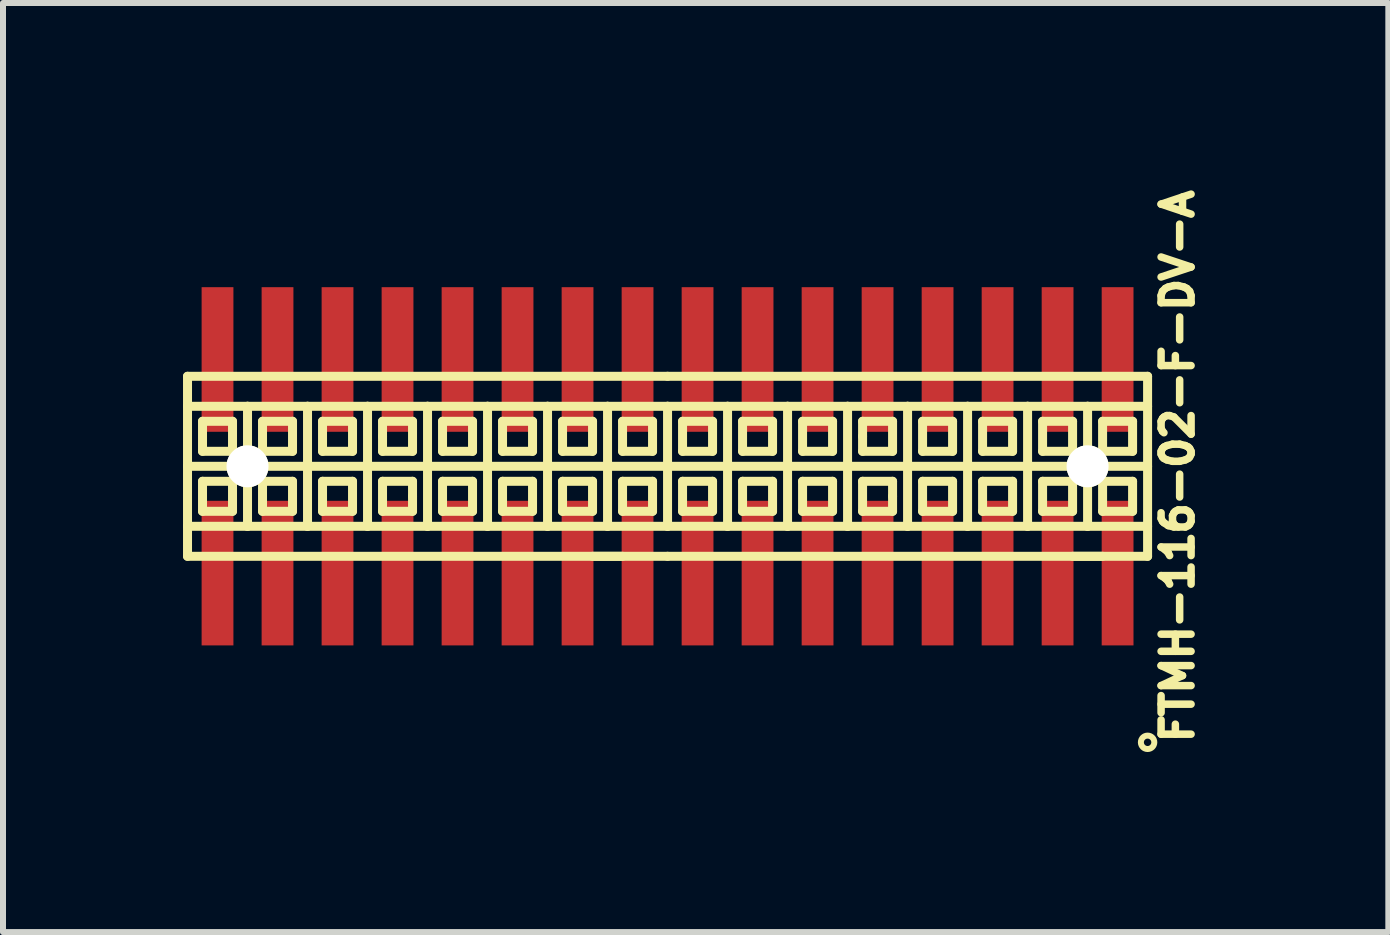
<source format=kicad_pcb>
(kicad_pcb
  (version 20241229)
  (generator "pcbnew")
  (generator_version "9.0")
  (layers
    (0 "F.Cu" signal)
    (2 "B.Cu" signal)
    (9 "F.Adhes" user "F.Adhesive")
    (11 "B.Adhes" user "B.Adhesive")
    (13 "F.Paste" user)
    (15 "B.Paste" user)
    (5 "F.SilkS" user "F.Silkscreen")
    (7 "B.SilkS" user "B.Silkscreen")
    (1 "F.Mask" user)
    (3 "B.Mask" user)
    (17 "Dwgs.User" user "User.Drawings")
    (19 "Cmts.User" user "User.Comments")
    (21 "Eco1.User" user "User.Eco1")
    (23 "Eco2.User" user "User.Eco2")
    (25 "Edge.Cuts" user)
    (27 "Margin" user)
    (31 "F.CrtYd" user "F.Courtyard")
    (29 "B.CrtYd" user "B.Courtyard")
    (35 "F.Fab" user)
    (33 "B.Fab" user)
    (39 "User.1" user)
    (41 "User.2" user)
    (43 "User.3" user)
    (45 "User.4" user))
  (footprint "FTMH-116-02-F-DV-A"
    (layer "F.Cu")
    (at 8.075 4.721)
    (property "Reference" "FTMH-116-02-F-DV-A" (at 8.5 0 90) (layer "F.SilkS") (effects (font (size 0.5 0.5) (thickness 0.125))))
    (attr through_hole)
    (fp_line (start -8 -1.5) (end -8 1.5) (stroke (width 0.15) (type solid)) (layer "F.SilkS"))
    (fp_line (start -8 1.5) (end 0 1.5) (stroke (width 0.15) (type solid)) (layer "F.SilkS"))
    (fp_line (start -7.75 -0.75) (end -7.75 -0.25) (stroke (width 0.15) (type solid)) (layer "F.SilkS"))
    (fp_line (start -7.75 -0.25) (end -7.25 -0.25) (stroke (width 0.15) (type solid)) (layer "F.SilkS"))
    (fp_line (start -7.75 0.25) (end -7.75 0.75) (stroke (width 0.15) (type solid)) (layer "F.SilkS"))
    (fp_line (start -7.75 0.75) (end -7.25 0.75) (stroke (width 0.15) (type solid)) (layer "F.SilkS"))
    (fp_line (start -7.25 -0.75) (end -7.75 -0.75) (stroke (width 0.15) (type solid)) (layer "F.SilkS"))
    (fp_line (start -7.25 -0.25) (end -7.25 -0.75) (stroke (width 0.15) (type solid)) (layer "F.SilkS"))
    (fp_line (start -7.25 0.25) (end -7.75 0.25) (stroke (width 0.15) (type solid)) (layer "F.SilkS"))
    (fp_line (start -7.25 0.75) (end -7.25 0.25) (stroke (width 0.15) (type solid)) (layer "F.SilkS"))
    (fp_line (start -7 -1) (end -8 -1) (stroke (width 0.15) (type solid)) (layer "F.SilkS"))
    (fp_line (start -7 -1) (end -7 0) (stroke (width 0.15) (type solid)) (layer "F.SilkS"))
    (fp_line (start -7 0) (end -8 0) (stroke (width 0.15) (type solid)) (layer "F.SilkS"))
    (fp_line (start -7 0) (end -7 1) (stroke (width 0.15) (type solid)) (layer "F.SilkS"))
    (fp_line (start -7 0) (end -6 0) (stroke (width 0.15) (type solid)) (layer "F.SilkS"))
    (fp_line (start -7 1) (end -8 1) (stroke (width 0.15) (type solid)) (layer "F.SilkS"))
    (fp_line (start -7 1) (end -6 1) (stroke (width 0.15) (type solid)) (layer "F.SilkS"))
    (fp_line (start -6.75 -0.75) (end -6.75 -0.25) (stroke (width 0.15) (type solid)) (layer "F.SilkS"))
    (fp_line (start -6.75 -0.25) (end -6.25 -0.25) (stroke (width 0.15) (type solid)) (layer "F.SilkS"))
    (fp_line (start -6.75 0.25) (end -6.75 0.75) (stroke (width 0.15) (type solid)) (layer "F.SilkS"))
    (fp_line (start -6.75 0.75) (end -6.25 0.75) (stroke (width 0.15) (type solid)) (layer "F.SilkS"))
    (fp_line (start -6.25 -0.75) (end -6.75 -0.75) (stroke (width 0.15) (type solid)) (layer "F.SilkS"))
    (fp_line (start -6.25 -0.25) (end -6.25 -0.75) (stroke (width 0.15) (type solid)) (layer "F.SilkS"))
    (fp_line (start -6.25 0.25) (end -6.75 0.25) (stroke (width 0.15) (type solid)) (layer "F.SilkS"))
    (fp_line (start -6.25 0.75) (end -6.25 0.25) (stroke (width 0.15) (type solid)) (layer "F.SilkS"))
    (fp_line (start -6 -1) (end -7 -1) (stroke (width 0.15) (type solid)) (layer "F.SilkS"))
    (fp_line (start -6 -1) (end -6 0) (stroke (width 0.15) (type solid)) (layer "F.SilkS"))
    (fp_line (start -6 0) (end -6 1) (stroke (width 0.15) (type solid)) (layer "F.SilkS"))
    (fp_line (start -6 0) (end -5 0) (stroke (width 0.15) (type solid)) (layer "F.SilkS"))
    (fp_line (start -6 1) (end -5 1) (stroke (width 0.15) (type solid)) (layer "F.SilkS"))
    (fp_line (start -5.75 -0.75) (end -5.75 -0.25) (stroke (width 0.15) (type solid)) (layer "F.SilkS"))
    (fp_line (start -5.75 -0.25) (end -5.25 -0.25) (stroke (width 0.15) (type solid)) (layer "F.SilkS"))
    (fp_line (start -5.75 0.25) (end -5.75 0.75) (stroke (width 0.15) (type solid)) (layer "F.SilkS"))
    (fp_line (start -5.75 0.75) (end -5.25 0.75) (stroke (width 0.15) (type solid)) (layer "F.SilkS"))
    (fp_line (start -5.25 -0.75) (end -5.75 -0.75) (stroke (width 0.15) (type solid)) (layer "F.SilkS"))
    (fp_line (start -5.25 -0.25) (end -5.25 -0.75) (stroke (width 0.15) (type solid)) (layer "F.SilkS"))
    (fp_line (start -5.25 0.25) (end -5.75 0.25) (stroke (width 0.15) (type solid)) (layer "F.SilkS"))
    (fp_line (start -5.25 0.75) (end -5.25 0.25) (stroke (width 0.15) (type solid)) (layer "F.SilkS"))
    (fp_line (start -5 -1) (end -6 -1) (stroke (width 0.15) (type solid)) (layer "F.SilkS"))
    (fp_line (start -5 -1) (end -5 0) (stroke (width 0.15) (type solid)) (layer "F.SilkS"))
    (fp_line (start -5 0) (end -5 1) (stroke (width 0.15) (type solid)) (layer "F.SilkS"))
    (fp_line (start -5 0) (end -4 0) (stroke (width 0.15) (type solid)) (layer "F.SilkS"))
    (fp_line (start -5 1) (end -4 1) (stroke (width 0.15) (type solid)) (layer "F.SilkS"))
    (fp_line (start -4.75 -0.75) (end -4.75 -0.5) (stroke (width 0.15) (type solid)) (layer "F.SilkS"))
    (fp_line (start -4.75 -0.5) (end -4.75 -0.25) (stroke (width 0.15) (type solid)) (layer "F.SilkS"))
    (fp_line (start -4.75 -0.25) (end -4.25 -0.25) (stroke (width 0.15) (type solid)) (layer "F.SilkS"))
    (fp_line (start -4.75 0.25) (end -4.75 0.75) (stroke (width 0.15) (type solid)) (layer "F.SilkS"))
    (fp_line (start -4.75 0.75) (end -4.25 0.75) (stroke (width 0.15) (type solid)) (layer "F.SilkS"))
    (fp_line (start -4.25 -0.75) (end -4.75 -0.75) (stroke (width 0.15) (type solid)) (layer "F.SilkS"))
    (fp_line (start -4.25 -0.25) (end -4.25 -0.75) (stroke (width 0.15) (type solid)) (layer "F.SilkS"))
    (fp_line (start -4.25 0.25) (end -4.75 0.25) (stroke (width 0.15) (type solid)) (layer "F.SilkS"))
    (fp_line (start -4.25 0.5) (end -4.25 0.25) (stroke (width 0.15) (type solid)) (layer "F.SilkS"))
    (fp_line (start -4.25 0.75) (end -4.25 0.5) (stroke (width 0.15) (type solid)) (layer "F.SilkS"))
    (fp_line (start -4 -1) (end -5 -1) (stroke (width 0.15) (type solid)) (layer "F.SilkS"))
    (fp_line (start -4 -1) (end -4 0) (stroke (width 0.15) (type solid)) (layer "F.SilkS"))
    (fp_line (start -4 0) (end -4 1) (stroke (width 0.15) (type solid)) (layer "F.SilkS"))
    (fp_line (start -4 0) (end -3 0) (stroke (width 0.15) (type solid)) (layer "F.SilkS"))
    (fp_line (start -4 1) (end -3 1) (stroke (width 0.15) (type solid)) (layer "F.SilkS"))
    (fp_line (start -3.75 -0.75) (end -3.75 -0.25) (stroke (width 0.15) (type solid)) (layer "F.SilkS"))
    (fp_line (start -3.75 -0.25) (end -3.25 -0.25) (stroke (width 0.15) (type solid)) (layer "F.SilkS"))
    (fp_line (start -3.75 0.25) (end -3.75 0.75) (stroke (width 0.15) (type solid)) (layer "F.SilkS"))
    (fp_line (start -3.75 0.75) (end -3.25 0.75) (stroke (width 0.15) (type solid)) (layer "F.SilkS"))
    (fp_line (start -3.25 -0.75) (end -3.75 -0.75) (stroke (width 0.15) (type solid)) (layer "F.SilkS"))
    (fp_line (start -3.25 -0.25) (end -3.25 -0.75) (stroke (width 0.15) (type solid)) (layer "F.SilkS"))
    (fp_line (start -3.25 0.25) (end -3.75 0.25) (stroke (width 0.15) (type solid)) (layer "F.SilkS"))
    (fp_line (start -3.25 0.75) (end -3.25 0.25) (stroke (width 0.15) (type solid)) (layer "F.SilkS"))
    (fp_line (start -3 -1) (end -4 -1) (stroke (width 0.15) (type solid)) (layer "F.SilkS"))
    (fp_line (start -3 -1) (end -3 0) (stroke (width 0.15) (type solid)) (layer "F.SilkS"))
    (fp_line (start -3 0) (end -3 1) (stroke (width 0.15) (type solid)) (layer "F.SilkS"))
    (fp_line (start -3 0) (end -2 0) (stroke (width 0.15) (type solid)) (layer "F.SilkS"))
    (fp_line (start -3 1) (end -2 1) (stroke (width 0.15) (type solid)) (layer "F.SilkS"))
    (fp_line (start -2.75 -0.75) (end -2.75 -0.25) (stroke (width 0.15) (type solid)) (layer "F.SilkS"))
    (fp_line (start -2.75 -0.25) (end -2.25 -0.25) (stroke (width 0.15) (type solid)) (layer "F.SilkS"))
    (fp_line (start -2.75 0.25) (end -2.75 0.75) (stroke (width 0.15) (type solid)) (layer "F.SilkS"))
    (fp_line (start -2.75 0.75) (end -2.25 0.75) (stroke (width 0.15) (type solid)) (layer "F.SilkS"))
    (fp_line (start -2.25 -0.75) (end -2.75 -0.75) (stroke (width 0.15) (type solid)) (layer "F.SilkS"))
    (fp_line (start -2.25 -0.25) (end -2.25 -0.75) (stroke (width 0.15) (type solid)) (layer "F.SilkS"))
    (fp_line (start -2.25 0.25) (end -2.75 0.25) (stroke (width 0.15) (type solid)) (layer "F.SilkS"))
    (fp_line (start -2.25 0.75) (end -2.25 0.25) (stroke (width 0.15) (type solid)) (layer "F.SilkS"))
    (fp_line (start -2 -1) (end -3 -1) (stroke (width 0.15) (type solid)) (layer "F.SilkS"))
    (fp_line (start -2 -1) (end -2 0) (stroke (width 0.15) (type solid)) (layer "F.SilkS"))
    (fp_line (start -2 0) (end -2 1) (stroke (width 0.15) (type solid)) (layer "F.SilkS"))
    (fp_line (start -2 0) (end -1 0) (stroke (width 0.15) (type solid)) (layer "F.SilkS"))
    (fp_line (start -2 1) (end -1 1) (stroke (width 0.15) (type solid)) (layer "F.SilkS"))
    (fp_line (start -1.75 -0.75) (end -1.75 -0.25) (stroke (width 0.15) (type solid)) (layer "F.SilkS"))
    (fp_line (start -1.75 -0.25) (end -1.25 -0.25) (stroke (width 0.15) (type solid)) (layer "F.SilkS"))
    (fp_line (start -1.75 0.25) (end -1.75 0.75) (stroke (width 0.15) (type solid)) (layer "F.SilkS"))
    (fp_line (start -1.75 0.75) (end -1.25 0.75) (stroke (width 0.15) (type solid)) (layer "F.SilkS"))
    (fp_line (start -1.25 -0.75) (end -1.75 -0.75) (stroke (width 0.15) (type solid)) (layer "F.SilkS"))
    (fp_line (start -1.25 -0.25) (end -1.25 -0.75) (stroke (width 0.15) (type solid)) (layer "F.SilkS"))
    (fp_line (start -1.25 0.25) (end -1.75 0.25) (stroke (width 0.15) (type solid)) (layer "F.SilkS"))
    (fp_line (start -1.25 0.75) (end -1.25 0.25) (stroke (width 0.15) (type solid)) (layer "F.SilkS"))
    (fp_line (start -1 -1) (end -2 -1) (stroke (width 0.15) (type solid)) (layer "F.SilkS"))
    (fp_line (start -1 -1) (end -1 0) (stroke (width 0.15) (type solid)) (layer "F.SilkS"))
    (fp_line (start -1 0) (end -1 1) (stroke (width 0.15) (type solid)) (layer "F.SilkS"))
    (fp_line (start -1 0) (end 0 0) (stroke (width 0.15) (type solid)) (layer "F.SilkS"))
    (fp_line (start -1 1) (end 0 1) (stroke (width 0.15) (type solid)) (layer "F.SilkS"))
    (fp_line (start -0.75 -0.75) (end -0.75 -0.25) (stroke (width 0.15) (type solid)) (layer "F.SilkS"))
    (fp_line (start -0.75 -0.25) (end -0.25 -0.25) (stroke (width 0.15) (type solid)) (layer "F.SilkS"))
    (fp_line (start -0.75 0.25) (end -0.75 0.75) (stroke (width 0.15) (type solid)) (layer "F.SilkS"))
    (fp_line (start -0.75 0.75) (end -0.25 0.75) (stroke (width 0.15) (type solid)) (layer "F.SilkS"))
    (fp_line (start -0.75 1.5) (end -1.25 1.5) (stroke (width 0.15) (type solid)) (layer "F.SilkS"))
    (fp_line (start -0.25 -0.75) (end -0.75 -0.75) (stroke (width 0.15) (type solid)) (layer "F.SilkS"))
    (fp_line (start -0.25 -0.25) (end -0.25 -0.75) (stroke (width 0.15) (type solid)) (layer "F.SilkS"))
    (fp_line (start -0.25 0.25) (end -0.75 0.25) (stroke (width 0.15) (type solid)) (layer "F.SilkS"))
    (fp_line (start -0.25 0.75) (end -0.25 0.25) (stroke (width 0.15) (type solid)) (layer "F.SilkS"))
    (fp_line (start 0 -1.5) (end -8 -1.5) (stroke (width 0.15) (type solid)) (layer "F.SilkS"))
    (fp_line (start 0 -1) (end -1 -1) (stroke (width 0.15) (type solid)) (layer "F.SilkS"))
    (fp_line (start 0 -1) (end 0 1) (stroke (width 0.15) (type solid)) (layer "F.SilkS"))
    (fp_line (start 0 1.5) (end 8 1.5) (stroke (width 0.15) (type solid)) (layer "F.SilkS"))
    (fp_line (start 0.25 -0.75) (end 0.25 -0.25) (stroke (width 0.15) (type solid)) (layer "F.SilkS"))
    (fp_line (start 0.25 -0.25) (end 0.75 -0.25) (stroke (width 0.15) (type solid)) (layer "F.SilkS"))
    (fp_line (start 0.25 0.25) (end 0.25 0.75) (stroke (width 0.15) (type solid)) (layer "F.SilkS"))
    (fp_line (start 0.25 0.75) (end 0.75 0.75) (stroke (width 0.15) (type solid)) (layer "F.SilkS"))
    (fp_line (start 0.75 -0.75) (end 0.25 -0.75) (stroke (width 0.15) (type solid)) (layer "F.SilkS"))
    (fp_line (start 0.75 -0.25) (end 0.75 -0.75) (stroke (width 0.15) (type solid)) (layer "F.SilkS"))
    (fp_line (start 0.75 0.25) (end 0.25 0.25) (stroke (width 0.15) (type solid)) (layer "F.SilkS"))
    (fp_line (start 0.75 0.75) (end 0.75 0.25) (stroke (width 0.15) (type solid)) (layer "F.SilkS"))
    (fp_line (start 1 -1) (end 0 -1) (stroke (width 0.15) (type solid)) (layer "F.SilkS"))
    (fp_line (start 1 -1) (end 1 0) (stroke (width 0.15) (type solid)) (layer "F.SilkS"))
    (fp_line (start 1 0) (end 0 0) (stroke (width 0.15) (type solid)) (layer "F.SilkS"))
    (fp_line (start 1 0) (end 1 1) (stroke (width 0.15) (type solid)) (layer "F.SilkS"))
    (fp_line (start 1 0) (end 2 0) (stroke (width 0.15) (type solid)) (layer "F.SilkS"))
    (fp_line (start 1 1) (end 0 1) (stroke (width 0.15) (type solid)) (layer "F.SilkS"))
    (fp_line (start 1 1) (end 2 1) (stroke (width 0.15) (type solid)) (layer "F.SilkS"))
    (fp_line (start 1.25 -0.75) (end 1.25 -0.25) (stroke (width 0.15) (type solid)) (layer "F.SilkS"))
    (fp_line (start 1.25 -0.25) (end 1.75 -0.25) (stroke (width 0.15) (type solid)) (layer "F.SilkS"))
    (fp_line (start 1.25 0.25) (end 1.25 0.75) (stroke (width 0.15) (type solid)) (layer "F.SilkS"))
    (fp_line (start 1.25 0.75) (end 1.75 0.75) (stroke (width 0.15) (type solid)) (layer "F.SilkS"))
    (fp_line (start 1.75 -0.75) (end 1.25 -0.75) (stroke (width 0.15) (type solid)) (layer "F.SilkS"))
    (fp_line (start 1.75 -0.25) (end 1.75 -0.75) (stroke (width 0.15) (type solid)) (layer "F.SilkS"))
    (fp_line (start 1.75 0.25) (end 1.25 0.25) (stroke (width 0.15) (type solid)) (layer "F.SilkS"))
    (fp_line (start 1.75 0.75) (end 1.75 0.25) (stroke (width 0.15) (type solid)) (layer "F.SilkS"))
    (fp_line (start 2 -1) (end 1 -1) (stroke (width 0.15) (type solid)) (layer "F.SilkS"))
    (fp_line (start 2 -1) (end 2 0) (stroke (width 0.15) (type solid)) (layer "F.SilkS"))
    (fp_line (start 2 0) (end 2 1) (stroke (width 0.15) (type solid)) (layer "F.SilkS"))
    (fp_line (start 2 0) (end 3 0) (stroke (width 0.15) (type solid)) (layer "F.SilkS"))
    (fp_line (start 2 1) (end 3 1) (stroke (width 0.15) (type solid)) (layer "F.SilkS"))
    (fp_line (start 2.25 -0.75) (end 2.25 -0.25) (stroke (width 0.15) (type solid)) (layer "F.SilkS"))
    (fp_line (start 2.25 -0.25) (end 2.75 -0.25) (stroke (width 0.15) (type solid)) (layer "F.SilkS"))
    (fp_line (start 2.25 0.25) (end 2.25 0.75) (stroke (width 0.15) (type solid)) (layer "F.SilkS"))
    (fp_line (start 2.25 0.75) (end 2.75 0.75) (stroke (width 0.15) (type solid)) (layer "F.SilkS"))
    (fp_line (start 2.75 -0.75) (end 2.25 -0.75) (stroke (width 0.15) (type solid)) (layer "F.SilkS"))
    (fp_line (start 2.75 -0.25) (end 2.75 -0.75) (stroke (width 0.15) (type solid)) (layer "F.SilkS"))
    (fp_line (start 2.75 0.25) (end 2.25 0.25) (stroke (width 0.15) (type solid)) (layer "F.SilkS"))
    (fp_line (start 2.75 0.75) (end 2.75 0.25) (stroke (width 0.15) (type solid)) (layer "F.SilkS"))
    (fp_line (start 3 -1) (end 2 -1) (stroke (width 0.15) (type solid)) (layer "F.SilkS"))
    (fp_line (start 3 -1) (end 3 0) (stroke (width 0.15) (type solid)) (layer "F.SilkS"))
    (fp_line (start 3 0) (end 3 1) (stroke (width 0.15) (type solid)) (layer "F.SilkS"))
    (fp_line (start 3 0) (end 4 0) (stroke (width 0.15) (type solid)) (layer "F.SilkS"))
    (fp_line (start 3 1) (end 4 1) (stroke (width 0.15) (type solid)) (layer "F.SilkS"))
    (fp_line (start 3.25 -0.75) (end 3.25 -0.5) (stroke (width 0.15) (type solid)) (layer "F.SilkS"))
    (fp_line (start 3.25 -0.5) (end 3.25 -0.25) (stroke (width 0.15) (type solid)) (layer "F.SilkS"))
    (fp_line (start 3.25 -0.25) (end 3.75 -0.25) (stroke (width 0.15) (type solid)) (layer "F.SilkS"))
    (fp_line (start 3.25 0.25) (end 3.25 0.75) (stroke (width 0.15) (type solid)) (layer "F.SilkS"))
    (fp_line (start 3.25 0.75) (end 3.75 0.75) (stroke (width 0.15) (type solid)) (layer "F.SilkS"))
    (fp_line (start 3.75 -0.75) (end 3.25 -0.75) (stroke (width 0.15) (type solid)) (layer "F.SilkS"))
    (fp_line (start 3.75 -0.25) (end 3.75 -0.75) (stroke (width 0.15) (type solid)) (layer "F.SilkS"))
    (fp_line (start 3.75 0.25) (end 3.25 0.25) (stroke (width 0.15) (type solid)) (layer "F.SilkS"))
    (fp_line (start 3.75 0.5) (end 3.75 0.25) (stroke (width 0.15) (type solid)) (layer "F.SilkS"))
    (fp_line (start 3.75 0.75) (end 3.75 0.5) (stroke (width 0.15) (type solid)) (layer "F.SilkS"))
    (fp_line (start 4 -1) (end 3 -1) (stroke (width 0.15) (type solid)) (layer "F.SilkS"))
    (fp_line (start 4 -1) (end 4 0) (stroke (width 0.15) (type solid)) (layer "F.SilkS"))
    (fp_line (start 4 0) (end 4 1) (stroke (width 0.15) (type solid)) (layer "F.SilkS"))
    (fp_line (start 4 0) (end 5 0) (stroke (width 0.15) (type solid)) (layer "F.SilkS"))
    (fp_line (start 4 1) (end 5 1) (stroke (width 0.15) (type solid)) (layer "F.SilkS"))
    (fp_line (start 4.25 -0.75) (end 4.25 -0.25) (stroke (width 0.15) (type solid)) (layer "F.SilkS"))
    (fp_line (start 4.25 -0.25) (end 4.75 -0.25) (stroke (width 0.15) (type solid)) (layer "F.SilkS"))
    (fp_line (start 4.25 0.25) (end 4.25 0.75) (stroke (width 0.15) (type solid)) (layer "F.SilkS"))
    (fp_line (start 4.25 0.75) (end 4.75 0.75) (stroke (width 0.15) (type solid)) (layer "F.SilkS"))
    (fp_line (start 4.75 -0.75) (end 4.25 -0.75) (stroke (width 0.15) (type solid)) (layer "F.SilkS"))
    (fp_line (start 4.75 -0.25) (end 4.75 -0.75) (stroke (width 0.15) (type solid)) (layer "F.SilkS"))
    (fp_line (start 4.75 0.25) (end 4.25 0.25) (stroke (width 0.15) (type solid)) (layer "F.SilkS"))
    (fp_line (start 4.75 0.75) (end 4.75 0.25) (stroke (width 0.15) (type solid)) (layer "F.SilkS"))
    (fp_line (start 5 -1) (end 4 -1) (stroke (width 0.15) (type solid)) (layer "F.SilkS"))
    (fp_line (start 5 -1) (end 5 0) (stroke (width 0.15) (type solid)) (layer "F.SilkS"))
    (fp_line (start 5 0) (end 5 1) (stroke (width 0.15) (type solid)) (layer "F.SilkS"))
    (fp_line (start 5 0) (end 6 0) (stroke (width 0.15) (type solid)) (layer "F.SilkS"))
    (fp_line (start 5 1) (end 6 1) (stroke (width 0.15) (type solid)) (layer "F.SilkS"))
    (fp_line (start 5.25 -0.75) (end 5.25 -0.25) (stroke (width 0.15) (type solid)) (layer "F.SilkS"))
    (fp_line (start 5.25 -0.25) (end 5.75 -0.25) (stroke (width 0.15) (type solid)) (layer "F.SilkS"))
    (fp_line (start 5.25 0.25) (end 5.25 0.75) (stroke (width 0.15) (type solid)) (layer "F.SilkS"))
    (fp_line (start 5.25 0.75) (end 5.75 0.75) (stroke (width 0.15) (type solid)) (layer "F.SilkS"))
    (fp_line (start 5.75 -0.75) (end 5.25 -0.75) (stroke (width 0.15) (type solid)) (layer "F.SilkS"))
    (fp_line (start 5.75 -0.25) (end 5.75 -0.75) (stroke (width 0.15) (type solid)) (layer "F.SilkS"))
    (fp_line (start 5.75 0.25) (end 5.25 0.25) (stroke (width 0.15) (type solid)) (layer "F.SilkS"))
    (fp_line (start 5.75 0.75) (end 5.75 0.25) (stroke (width 0.15) (type solid)) (layer "F.SilkS"))
    (fp_line (start 6 -1) (end 5 -1) (stroke (width 0.15) (type solid)) (layer "F.SilkS"))
    (fp_line (start 6 -1) (end 6 0) (stroke (width 0.15) (type solid)) (layer "F.SilkS"))
    (fp_line (start 6 0) (end 6 1) (stroke (width 0.15) (type solid)) (layer "F.SilkS"))
    (fp_line (start 6 0) (end 7 0) (stroke (width 0.15) (type solid)) (layer "F.SilkS"))
    (fp_line (start 6 1) (end 7 1) (stroke (width 0.15) (type solid)) (layer "F.SilkS"))
    (fp_line (start 6.25 -0.75) (end 6.25 -0.25) (stroke (width 0.15) (type solid)) (layer "F.SilkS"))
    (fp_line (start 6.25 -0.25) (end 6.75 -0.25) (stroke (width 0.15) (type solid)) (layer "F.SilkS"))
    (fp_line (start 6.25 0.25) (end 6.25 0.75) (stroke (width 0.15) (type solid)) (layer "F.SilkS"))
    (fp_line (start 6.25 0.75) (end 6.75 0.75) (stroke (width 0.15) (type solid)) (layer "F.SilkS"))
    (fp_line (start 6.75 -0.75) (end 6.25 -0.75) (stroke (width 0.15) (type solid)) (layer "F.SilkS"))
    (fp_line (start 6.75 -0.25) (end 6.75 -0.75) (stroke (width 0.15) (type solid)) (layer "F.SilkS"))
    (fp_line (start 6.75 0.25) (end 6.25 0.25) (stroke (width 0.15) (type solid)) (layer "F.SilkS"))
    (fp_line (start 6.75 0.75) (end 6.75 0.25) (stroke (width 0.15) (type solid)) (layer "F.SilkS"))
    (fp_line (start 7 -1) (end 6 -1) (stroke (width 0.15) (type solid)) (layer "F.SilkS"))
    (fp_line (start 7 -1) (end 7 0) (stroke (width 0.15) (type solid)) (layer "F.SilkS"))
    (fp_line (start 7 0) (end 7 1) (stroke (width 0.15) (type solid)) (layer "F.SilkS"))
    (fp_line (start 7 0) (end 8 0) (stroke (width 0.15) (type solid)) (layer "F.SilkS"))
    (fp_line (start 7 1) (end 8 1) (stroke (width 0.15) (type solid)) (layer "F.SilkS"))
    (fp_line (start 7.25 -0.75) (end 7.25 -0.25) (stroke (width 0.15) (type solid)) (layer "F.SilkS"))
    (fp_line (start 7.25 -0.25) (end 7.75 -0.25) (stroke (width 0.15) (type solid)) (layer "F.SilkS"))
    (fp_line (start 7.25 0.25) (end 7.25 0.75) (stroke (width 0.15) (type solid)) (layer "F.SilkS"))
    (fp_line (start 7.25 0.75) (end 7.75 0.75) (stroke (width 0.15) (type solid)) (layer "F.SilkS"))
    (fp_line (start 7.25 1.5) (end 6.75 1.5) (stroke (width 0.15) (type solid)) (layer "F.SilkS"))
    (fp_line (start 7.75 -0.75) (end 7.25 -0.75) (stroke (width 0.15) (type solid)) (layer "F.SilkS"))
    (fp_line (start 7.75 -0.25) (end 7.75 -0.75) (stroke (width 0.15) (type solid)) (layer "F.SilkS"))
    (fp_line (start 7.75 0.25) (end 7.25 0.25) (stroke (width 0.15) (type solid)) (layer "F.SilkS"))
    (fp_line (start 7.75 0.75) (end 7.75 0.25) (stroke (width 0.15) (type solid)) (layer "F.SilkS"))
    (fp_line (start 8 -1.5) (end 0 -1.5) (stroke (width 0.15) (type solid)) (layer "F.SilkS"))
    (fp_line (start 8 -1) (end 7 -1) (stroke (width 0.15) (type solid)) (layer "F.SilkS"))
    (fp_line (start 8 1.5) (end 8 -1.5) (stroke (width 0.15) (type solid)) (layer "F.SilkS"))
    (fp_circle (center 8 4.6) (end 8.05 4.7) (stroke (width 0.1) (type solid)) (fill no) (layer "F.SilkS"))
    (pad "" np_thru_hole circle (at -7 0 180) (size 0.7 0.7) (drill 0.7) (layers "*.Cu" "*.Mask" "F.SilkS"))
    (pad "" np_thru_hole circle (at 7 0 180) (size 0.7 0.7) (drill 0.7) (layers "*.Cu" "*.Mask" "F.SilkS"))
    (pad "1" smd rect (at 7.5 1.78 180) (size 0.53 2.41) (layers "F.Cu" "F.Mask" "F.Paste"))
    (pad "2" smd rect (at 7.5 -1.78 180) (size 0.53 2.41) (layers "F.Cu" "F.Mask" "F.Paste"))
    (pad "3" smd rect (at 6.5 1.78 180) (size 0.53 2.41) (layers "F.Cu" "F.Mask" "F.Paste"))
    (pad "4" smd rect (at 6.5 -1.78 180) (size 0.53 2.41) (layers "F.Cu" "F.Mask" "F.Paste"))
    (pad "5" smd rect (at 5.5 1.78 180) (size 0.53 2.41) (layers "F.Cu" "F.Mask" "F.Paste"))
    (pad "6" smd rect (at 5.5 -1.78 180) (size 0.53 2.41) (layers "F.Cu" "F.Mask" "F.Paste"))
    (pad "7" smd rect (at 4.5 1.78 180) (size 0.53 2.41) (layers "F.Cu" "F.Mask" "F.Paste"))
    (pad "8" smd rect (at 4.5 -1.78 180) (size 0.53 2.41) (layers "F.Cu" "F.Mask" "F.Paste"))
    (pad "9" smd rect (at 3.5 1.78 180) (size 0.53 2.41) (layers "F.Cu" "F.Mask" "F.Paste"))
    (pad "10" smd rect (at 3.5 -1.78 180) (size 0.53 2.41) (layers "F.Cu" "F.Mask" "F.Paste"))
    (pad "11" smd rect (at 2.5 1.78 180) (size 0.53 2.41) (layers "F.Cu" "F.Mask" "F.Paste"))
    (pad "12" smd rect (at 2.5 -1.78 180) (size 0.53 2.41) (layers "F.Cu" "F.Mask" "F.Paste"))
    (pad "13" smd rect (at 1.5 1.78 180) (size 0.53 2.41) (layers "F.Cu" "F.Mask" "F.Paste"))
    (pad "14" smd rect (at 1.5 -1.78 180) (size 0.53 2.41) (layers "F.Cu" "F.Mask" "F.Paste"))
    (pad "15" smd rect (at 0.5 1.78 180) (size 0.53 2.41) (layers "F.Cu" "F.Mask" "F.Paste"))
    (pad "16" smd rect (at 0.5 -1.78 180) (size 0.53 2.41) (layers "F.Cu" "F.Mask" "F.Paste"))
    (pad "17" smd rect (at -0.5 1.78 180) (size 0.53 2.41) (layers "F.Cu" "F.Mask" "F.Paste"))
    (pad "18" smd rect (at -0.5 -1.78 180) (size 0.53 2.41) (layers "F.Cu" "F.Mask" "F.Paste"))
    (pad "19" smd rect (at -1.5 1.78 180) (size 0.53 2.41) (layers "F.Cu" "F.Mask" "F.Paste"))
    (pad "20" smd rect (at -1.5 -1.78 180) (size 0.53 2.41) (layers "F.Cu" "F.Mask" "F.Paste"))
    (pad "21" smd rect (at -2.5 1.78 180) (size 0.53 2.41) (layers "F.Cu" "F.Mask" "F.Paste"))
    (pad "22" smd rect (at -2.5 -1.78 180) (size 0.53 2.41) (layers "F.Cu" "F.Mask" "F.Paste"))
    (pad "23" smd rect (at -3.5 1.78 180) (size 0.53 2.41) (layers "F.Cu" "F.Mask" "F.Paste"))
    (pad "24" smd rect (at -3.5 -1.78 180) (size 0.53 2.41) (layers "F.Cu" "F.Mask" "F.Paste"))
    (pad "25" smd rect (at -4.5 1.78 180) (size 0.53 2.41) (layers "F.Cu" "F.Mask" "F.Paste"))
    (pad "26" smd rect (at -4.5 -1.78 180) (size 0.53 2.41) (layers "F.Cu" "F.Mask" "F.Paste"))
    (pad "27" smd rect (at -5.5 1.78 180) (size 0.53 2.41) (layers "F.Cu" "F.Mask" "F.Paste"))
    (pad "28" smd rect (at -5.5 -1.78 180) (size 0.53 2.41) (layers "F.Cu" "F.Mask" "F.Paste"))
    (pad "29" smd rect (at -6.5 1.78 180) (size 0.53 2.41) (layers "F.Cu" "F.Mask" "F.Paste"))
    (pad "30" smd rect (at -6.5 -1.78 180) (size 0.53 2.41) (layers "F.Cu" "F.Mask" "F.Paste"))
    (pad "31" smd rect (at -7.5 1.78 180) (size 0.53 2.41) (layers "F.Cu" "F.Mask" "F.Paste"))
    (pad "32" smd rect (at -7.5 -1.78 180) (size 0.53 2.41) (layers "F.Cu" "F.Mask" "F.Paste")))
  (gr_rect
    (start -3 -3)
    (end 20.087 12.483)
    (stroke (width 0.1) (type default))
    (fill no)
    (layer "Edge.Cuts")))
</source>
